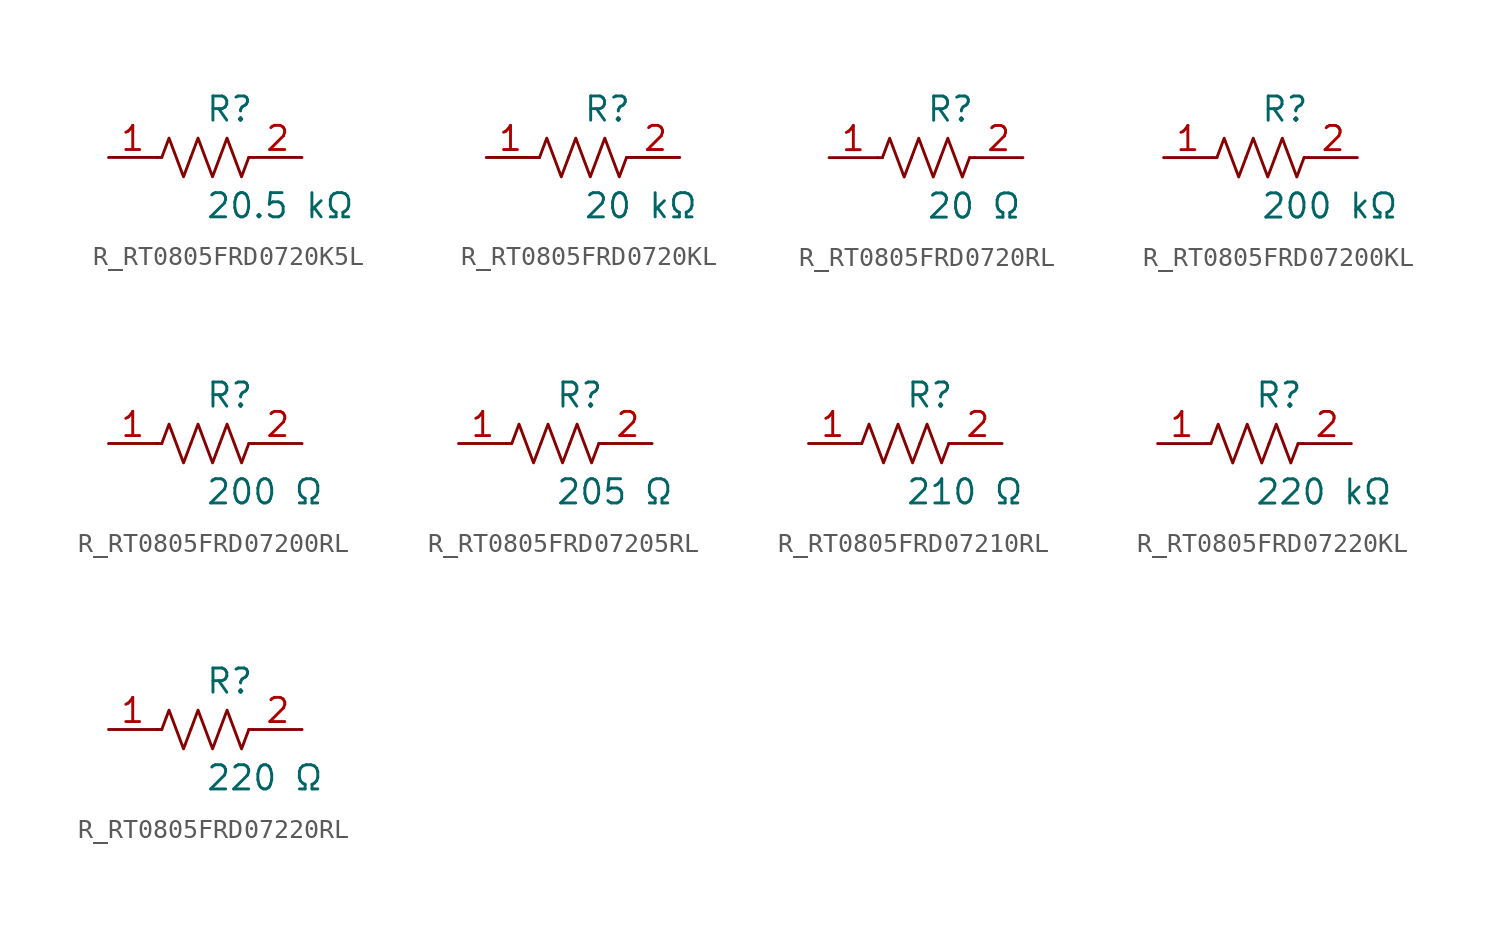
<source format=kicad_sym>
(kicad_symbol_lib
  (version 20231120)
  (generator kicad_symbol_editor)
  (generator_version 8.0)
  (symbol "R_RT0805FRD0720K5L"
    (pin_names
      (offset 0.254))
    (property "Reference" "R"
      (at 0 2.54 0)
      (effects (font (size 1.27 1.27)) (justify left)))
    (property "Value" "20.5 kΩ"
      (at 0 -2.54 0)
      (effects (font (size 1.27 1.27)) (justify left)))
    (symbol "R_RT0805FRD0720K5L_0_1"
      (polyline (pts (xy 2.286 0) (xy 2.54 0)) (stroke (width 0) (type default)) (fill (type none)))
      (polyline (pts (xy -2.286 0) (xy -2.54 0)) (stroke (width 0) (type default)) (fill (type none)))
      (polyline (pts (xy 0.762 0) (xy 1.143 1.016) (xy 1.524 0) (xy 1.905 -1.016) (xy 2.286 0)) (stroke (width 0) (type default)) (fill (type none)))
      (polyline (pts (xy -0.762 0) (xy -0.381 1.016) (xy 0 0) (xy 0.381 -1.016) (xy 0.762 0)) (stroke (width 0) (type default)) (fill (type none)))
      (polyline (pts (xy -2.286 0) (xy -1.905 1.016) (xy -1.524 0) (xy -1.143 -1.016) (xy -0.762 0)) (stroke (width 0) (type default)) (fill (type none))))
    (pin unspecified line
      (at -5.08 0 0)
      (length 2.54)
      (name "" (effects (font (size 1.27 1.27))))
      (number "1" (effects (font (size 1.27 1.27)))))
    (pin unspecified line
      (at 5.08 0 180)
      (length 2.54)
      (name "" (effects (font (size 1.27 1.27))))
      (number "2" (effects (font (size 1.27 1.27))))))
  (symbol "R_RT0805FRD0720KL"
    (pin_names
      (offset 0.254))
    (property "Reference" "R"
      (at 0 2.54 0)
      (effects (font (size 1.27 1.27)) (justify left)))
    (property "Value" "20 kΩ"
      (at 0 -2.54 0)
      (effects (font (size 1.27 1.27)) (justify left)))
    (symbol "R_RT0805FRD0720KL_0_1"
      (polyline (pts (xy 2.286 0) (xy 2.54 0)) (stroke (width 0) (type default)) (fill (type none)))
      (polyline (pts (xy -2.286 0) (xy -2.54 0)) (stroke (width 0) (type default)) (fill (type none)))
      (polyline (pts (xy 0.762 0) (xy 1.143 1.016) (xy 1.524 0) (xy 1.905 -1.016) (xy 2.286 0)) (stroke (width 0) (type default)) (fill (type none)))
      (polyline (pts (xy -0.762 0) (xy -0.381 1.016) (xy 0 0) (xy 0.381 -1.016) (xy 0.762 0)) (stroke (width 0) (type default)) (fill (type none)))
      (polyline (pts (xy -2.286 0) (xy -1.905 1.016) (xy -1.524 0) (xy -1.143 -1.016) (xy -0.762 0)) (stroke (width 0) (type default)) (fill (type none))))
    (pin unspecified line
      (at -5.08 0 0)
      (length 2.54)
      (name "" (effects (font (size 1.27 1.27))))
      (number "1" (effects (font (size 1.27 1.27)))))
    (pin unspecified line
      (at 5.08 0 180)
      (length 2.54)
      (name "" (effects (font (size 1.27 1.27))))
      (number "2" (effects (font (size 1.27 1.27))))))
  (symbol "R_RT0805FRD0720RL"
    (pin_names
      (offset 0.254))
    (property "Reference" "R"
      (at 0 2.54 0)
      (effects (font (size 1.27 1.27)) (justify left)))
    (property "Value" "20 Ω"
      (at 0 -2.54 0)
      (effects (font (size 1.27 1.27)) (justify left)))
    (symbol "R_RT0805FRD0720RL_0_1"
      (polyline (pts (xy 2.286 0) (xy 2.54 0)) (stroke (width 0) (type default)) (fill (type none)))
      (polyline (pts (xy -2.286 0) (xy -2.54 0)) (stroke (width 0) (type default)) (fill (type none)))
      (polyline (pts (xy 0.762 0) (xy 1.143 1.016) (xy 1.524 0) (xy 1.905 -1.016) (xy 2.286 0)) (stroke (width 0) (type default)) (fill (type none)))
      (polyline (pts (xy -0.762 0) (xy -0.381 1.016) (xy 0 0) (xy 0.381 -1.016) (xy 0.762 0)) (stroke (width 0) (type default)) (fill (type none)))
      (polyline (pts (xy -2.286 0) (xy -1.905 1.016) (xy -1.524 0) (xy -1.143 -1.016) (xy -0.762 0)) (stroke (width 0) (type default)) (fill (type none))))
    (pin unspecified line
      (at -5.08 0 0)
      (length 2.54)
      (name "" (effects (font (size 1.27 1.27))))
      (number "1" (effects (font (size 1.27 1.27)))))
    (pin unspecified line
      (at 5.08 0 180)
      (length 2.54)
      (name "" (effects (font (size 1.27 1.27))))
      (number "2" (effects (font (size 1.27 1.27))))))
  (symbol "R_RT0805FRD07200KL"
    (pin_names
      (offset 0.254))
    (property "Reference" "R"
      (at 0 2.54 0)
      (effects (font (size 1.27 1.27)) (justify left)))
    (property "Value" "200 kΩ"
      (at 0 -2.54 0)
      (effects (font (size 1.27 1.27)) (justify left)))
    (symbol "R_RT0805FRD07200KL_0_1"
      (polyline (pts (xy 2.286 0) (xy 2.54 0)) (stroke (width 0) (type default)) (fill (type none)))
      (polyline (pts (xy -2.286 0) (xy -2.54 0)) (stroke (width 0) (type default)) (fill (type none)))
      (polyline (pts (xy 0.762 0) (xy 1.143 1.016) (xy 1.524 0) (xy 1.905 -1.016) (xy 2.286 0)) (stroke (width 0) (type default)) (fill (type none)))
      (polyline (pts (xy -0.762 0) (xy -0.381 1.016) (xy 0 0) (xy 0.381 -1.016) (xy 0.762 0)) (stroke (width 0) (type default)) (fill (type none)))
      (polyline (pts (xy -2.286 0) (xy -1.905 1.016) (xy -1.524 0) (xy -1.143 -1.016) (xy -0.762 0)) (stroke (width 0) (type default)) (fill (type none))))
    (pin unspecified line
      (at -5.08 0 0)
      (length 2.54)
      (name "" (effects (font (size 1.27 1.27))))
      (number "1" (effects (font (size 1.27 1.27)))))
    (pin unspecified line
      (at 5.08 0 180)
      (length 2.54)
      (name "" (effects (font (size 1.27 1.27))))
      (number "2" (effects (font (size 1.27 1.27))))))
  (symbol "R_RT0805FRD07200RL"
    (pin_names
      (offset 0.254))
    (property "Reference" "R"
      (at 0 2.54 0)
      (effects (font (size 1.27 1.27)) (justify left)))
    (property "Value" "200 Ω"
      (at 0 -2.54 0)
      (effects (font (size 1.27 1.27)) (justify left)))
    (symbol "R_RT0805FRD07200RL_0_1"
      (polyline (pts (xy 2.286 0) (xy 2.54 0)) (stroke (width 0) (type default)) (fill (type none)))
      (polyline (pts (xy -2.286 0) (xy -2.54 0)) (stroke (width 0) (type default)) (fill (type none)))
      (polyline (pts (xy 0.762 0) (xy 1.143 1.016) (xy 1.524 0) (xy 1.905 -1.016) (xy 2.286 0)) (stroke (width 0) (type default)) (fill (type none)))
      (polyline (pts (xy -0.762 0) (xy -0.381 1.016) (xy 0 0) (xy 0.381 -1.016) (xy 0.762 0)) (stroke (width 0) (type default)) (fill (type none)))
      (polyline (pts (xy -2.286 0) (xy -1.905 1.016) (xy -1.524 0) (xy -1.143 -1.016) (xy -0.762 0)) (stroke (width 0) (type default)) (fill (type none))))
    (pin unspecified line
      (at -5.08 0 0)
      (length 2.54)
      (name "" (effects (font (size 1.27 1.27))))
      (number "1" (effects (font (size 1.27 1.27)))))
    (pin unspecified line
      (at 5.08 0 180)
      (length 2.54)
      (name "" (effects (font (size 1.27 1.27))))
      (number "2" (effects (font (size 1.27 1.27))))))
  (symbol "R_RT0805FRD07205RL"
    (pin_names
      (offset 0.254))
    (property "Reference" "R"
      (at 0 2.54 0)
      (effects (font (size 1.27 1.27)) (justify left)))
    (property "Value" "205 Ω"
      (at 0 -2.54 0)
      (effects (font (size 1.27 1.27)) (justify left)))
    (symbol "R_RT0805FRD07205RL_0_1"
      (polyline (pts (xy 2.286 0) (xy 2.54 0)) (stroke (width 0) (type default)) (fill (type none)))
      (polyline (pts (xy -2.286 0) (xy -2.54 0)) (stroke (width 0) (type default)) (fill (type none)))
      (polyline (pts (xy 0.762 0) (xy 1.143 1.016) (xy 1.524 0) (xy 1.905 -1.016) (xy 2.286 0)) (stroke (width 0) (type default)) (fill (type none)))
      (polyline (pts (xy -0.762 0) (xy -0.381 1.016) (xy 0 0) (xy 0.381 -1.016) (xy 0.762 0)) (stroke (width 0) (type default)) (fill (type none)))
      (polyline (pts (xy -2.286 0) (xy -1.905 1.016) (xy -1.524 0) (xy -1.143 -1.016) (xy -0.762 0)) (stroke (width 0) (type default)) (fill (type none))))
    (pin unspecified line
      (at -5.08 0 0)
      (length 2.54)
      (name "" (effects (font (size 1.27 1.27))))
      (number "1" (effects (font (size 1.27 1.27)))))
    (pin unspecified line
      (at 5.08 0 180)
      (length 2.54)
      (name "" (effects (font (size 1.27 1.27))))
      (number "2" (effects (font (size 1.27 1.27))))))
  (symbol "R_RT0805FRD07210RL"
    (pin_names
      (offset 0.254))
    (property "Reference" "R"
      (at 0 2.54 0)
      (effects (font (size 1.27 1.27)) (justify left)))
    (property "Value" "210 Ω"
      (at 0 -2.54 0)
      (effects (font (size 1.27 1.27)) (justify left)))
    (symbol "R_RT0805FRD07210RL_0_1"
      (polyline (pts (xy 2.286 0) (xy 2.54 0)) (stroke (width 0) (type default)) (fill (type none)))
      (polyline (pts (xy -2.286 0) (xy -2.54 0)) (stroke (width 0) (type default)) (fill (type none)))
      (polyline (pts (xy 0.762 0) (xy 1.143 1.016) (xy 1.524 0) (xy 1.905 -1.016) (xy 2.286 0)) (stroke (width 0) (type default)) (fill (type none)))
      (polyline (pts (xy -0.762 0) (xy -0.381 1.016) (xy 0 0) (xy 0.381 -1.016) (xy 0.762 0)) (stroke (width 0) (type default)) (fill (type none)))
      (polyline (pts (xy -2.286 0) (xy -1.905 1.016) (xy -1.524 0) (xy -1.143 -1.016) (xy -0.762 0)) (stroke (width 0) (type default)) (fill (type none))))
    (pin unspecified line
      (at -5.08 0 0)
      (length 2.54)
      (name "" (effects (font (size 1.27 1.27))))
      (number "1" (effects (font (size 1.27 1.27)))))
    (pin unspecified line
      (at 5.08 0 180)
      (length 2.54)
      (name "" (effects (font (size 1.27 1.27))))
      (number "2" (effects (font (size 1.27 1.27))))))
  (symbol "R_RT0805FRD07220KL"
    (pin_names
      (offset 0.254))
    (property "Reference" "R"
      (at 0 2.54 0)
      (effects (font (size 1.27 1.27)) (justify left)))
    (property "Value" "220 kΩ"
      (at 0 -2.54 0)
      (effects (font (size 1.27 1.27)) (justify left)))
    (symbol "R_RT0805FRD07220KL_0_1"
      (polyline (pts (xy 2.286 0) (xy 2.54 0)) (stroke (width 0) (type default)) (fill (type none)))
      (polyline (pts (xy -2.286 0) (xy -2.54 0)) (stroke (width 0) (type default)) (fill (type none)))
      (polyline (pts (xy 0.762 0) (xy 1.143 1.016) (xy 1.524 0) (xy 1.905 -1.016) (xy 2.286 0)) (stroke (width 0) (type default)) (fill (type none)))
      (polyline (pts (xy -0.762 0) (xy -0.381 1.016) (xy 0 0) (xy 0.381 -1.016) (xy 0.762 0)) (stroke (width 0) (type default)) (fill (type none)))
      (polyline (pts (xy -2.286 0) (xy -1.905 1.016) (xy -1.524 0) (xy -1.143 -1.016) (xy -0.762 0)) (stroke (width 0) (type default)) (fill (type none))))
    (pin unspecified line
      (at -5.08 0 0)
      (length 2.54)
      (name "" (effects (font (size 1.27 1.27))))
      (number "1" (effects (font (size 1.27 1.27)))))
    (pin unspecified line
      (at 5.08 0 180)
      (length 2.54)
      (name "" (effects (font (size 1.27 1.27))))
      (number "2" (effects (font (size 1.27 1.27))))))
  (symbol "R_RT0805FRD07220RL"
    (pin_names
      (offset 0.254))
    (property "Reference" "R"
      (at 0 2.54 0)
      (effects (font (size 1.27 1.27)) (justify left)))
    (property "Value" "220 Ω"
      (at 0 -2.54 0)
      (effects (font (size 1.27 1.27)) (justify left)))
    (symbol "R_RT0805FRD07220RL_0_1"
      (polyline (pts (xy 2.286 0) (xy 2.54 0)) (stroke (width 0) (type default)) (fill (type none)))
      (polyline (pts (xy -2.286 0) (xy -2.54 0)) (stroke (width 0) (type default)) (fill (type none)))
      (polyline (pts (xy 0.762 0) (xy 1.143 1.016) (xy 1.524 0) (xy 1.905 -1.016) (xy 2.286 0)) (stroke (width 0) (type default)) (fill (type none)))
      (polyline (pts (xy -0.762 0) (xy -0.381 1.016) (xy 0 0) (xy 0.381 -1.016) (xy 0.762 0)) (stroke (width 0) (type default)) (fill (type none)))
      (polyline (pts (xy -2.286 0) (xy -1.905 1.016) (xy -1.524 0) (xy -1.143 -1.016) (xy -0.762 0)) (stroke (width 0) (type default)) (fill (type none))))
    (pin unspecified line
      (at -5.08 0 0)
      (length 2.54)
      (name "" (effects (font (size 1.27 1.27))))
      (number "1" (effects (font (size 1.27 1.27)))))
    (pin unspecified line
      (at 5.08 0 180)
      (length 2.54)
      (name "" (effects (font (size 1.27 1.27))))
      (number "2" (effects (font (size 1.27 1.27)))))))
</source>
